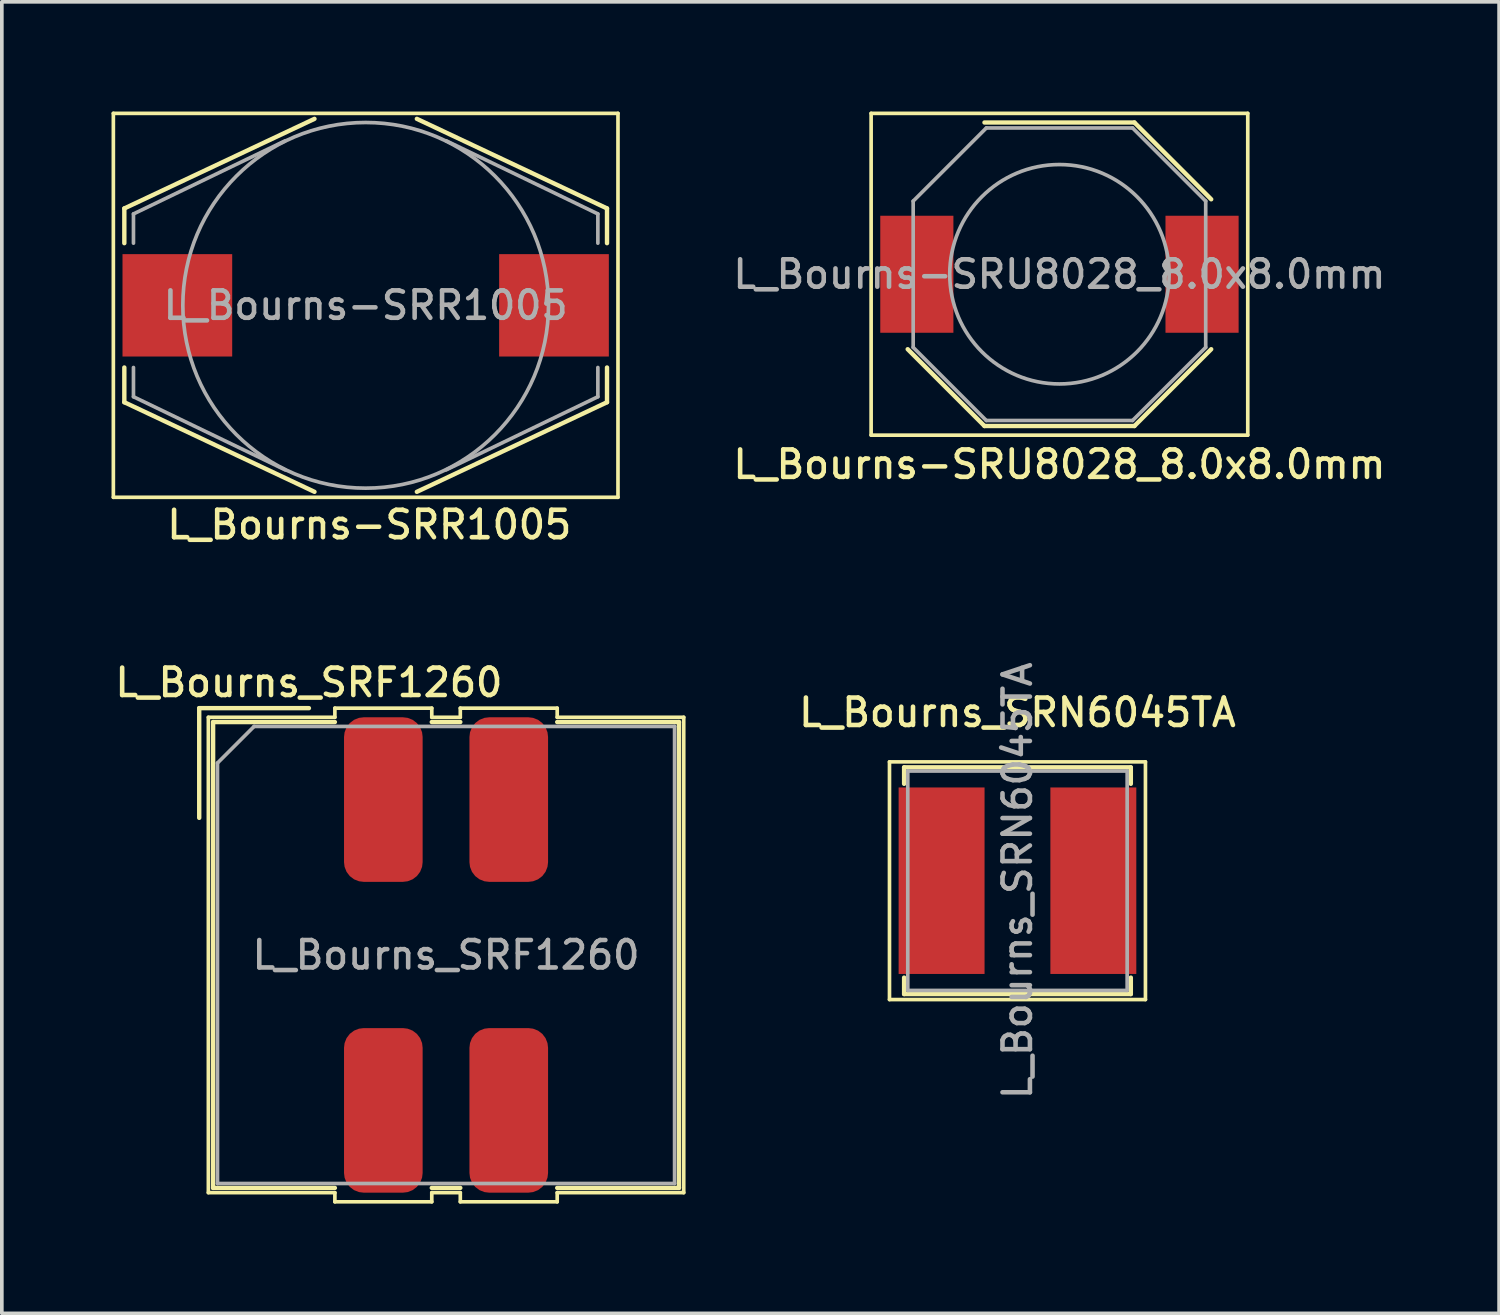
<source format=kicad_pcb>
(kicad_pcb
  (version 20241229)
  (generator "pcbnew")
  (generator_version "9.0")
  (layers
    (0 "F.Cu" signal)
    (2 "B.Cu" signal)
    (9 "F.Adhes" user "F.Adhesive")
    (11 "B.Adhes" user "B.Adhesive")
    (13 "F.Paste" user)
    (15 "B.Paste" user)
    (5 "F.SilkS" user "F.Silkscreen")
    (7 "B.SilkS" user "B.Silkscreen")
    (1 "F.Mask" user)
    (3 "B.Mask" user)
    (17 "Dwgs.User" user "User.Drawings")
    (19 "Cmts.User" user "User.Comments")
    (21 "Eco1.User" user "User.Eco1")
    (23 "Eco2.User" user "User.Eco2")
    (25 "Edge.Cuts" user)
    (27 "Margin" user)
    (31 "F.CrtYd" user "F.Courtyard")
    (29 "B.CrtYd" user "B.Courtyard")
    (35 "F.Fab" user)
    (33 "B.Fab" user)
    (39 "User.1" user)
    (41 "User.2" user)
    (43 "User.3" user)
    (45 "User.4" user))
  (footprint "L_Bourns_SRN6045TA"
    (layer "F.Cu")
    (at 24.775 21.035)
    (property "Reference" "L_Bourns_SRN6045TA" (at 0 -4.6 0) (layer "F.SilkS") (effects (font (size 0.75 0.75) (thickness 0.125))))
    (attr smd)
    (fp_line (start -3.5 -3.25) (end -3.5 3.25) (stroke (width 0.1) (type solid)) (layer "F.SilkS"))
    (fp_line (start -3.5 3.25) (end 3.5 3.25) (stroke (width 0.1) (type solid)) (layer "F.SilkS"))
    (fp_line (start -3.1 -3.1) (end -3.1 -2.65) (stroke (width 0.12) (type solid)) (layer "F.SilkS"))
    (fp_line (start -3.1 -3.1) (end 3.1 -3.1) (stroke (width 0.12) (type solid)) (layer "F.SilkS"))
    (fp_line (start -3.1 3.1) (end -3.1 2.65) (stroke (width 0.12) (type solid)) (layer "F.SilkS"))
    (fp_line (start 3.1 -3.1) (end 3.1 -2.65) (stroke (width 0.12) (type solid)) (layer "F.SilkS"))
    (fp_line (start 3.1 3.1) (end -3.1 3.1) (stroke (width 0.12) (type solid)) (layer "F.SilkS"))
    (fp_line (start 3.1 3.1) (end 3.1 2.65) (stroke (width 0.12) (type solid)) (layer "F.SilkS"))
    (fp_line (start 3.5 -3.25) (end -3.5 -3.25) (stroke (width 0.1) (type solid)) (layer "F.SilkS"))
    (fp_line (start 3.5 3.25) (end 3.5 -3.25) (stroke (width 0.1) (type solid)) (layer "F.SilkS"))
    (fp_line (start -3 -3) (end -3 3) (stroke (width 0.1) (type solid)) (layer "F.Fab"))
    (fp_line (start -3 -3) (end 3 -3) (stroke (width 0.1) (type solid)) (layer "F.Fab"))
    (fp_line (start -3 3) (end 3 3) (stroke (width 0.1) (type solid)) (layer "F.Fab"))
    (fp_line (start 3 3) (end 3 -3) (stroke (width 0.1) (type solid)) (layer "F.Fab"))
    (fp_text user "${REFERENCE}" (at 0 0 90) (layer "F.Fab") (effects (font (size 0.75 0.75) (thickness 0.125))))
    (pad "1" smd rect (at -2.075 0) (size 2.35 5.1) (layers "F.Cu" "F.Mask" "F.Paste"))
    (pad "2" smd rect (at 2.075 0) (size 2.35 5.1) (layers "F.Cu" "F.Mask" "F.Paste")))
  (footprint "L_Bourns-SRU8028_8.0x8.0mm"
    (layer "F.Cu")
    (at 25.923 4.45)
    (property "Reference" "L_Bourns-SRU8028_8.0x8.0mm" (at 0 5.2 0) (layer "F.SilkS") (effects (font (size 0.75 0.75) (thickness 0.125))))
    (attr smd)
    (fp_line (start -5.15 -4.4) (end 5.15 -4.4) (stroke (width 0.1) (type solid)) (layer "F.SilkS"))
    (fp_line (start -5.15 4.4) (end -5.15 -4.4) (stroke (width 0.1) (type solid)) (layer "F.SilkS"))
    (fp_line (start -2.05 -4.15) (end 2.05 -4.15) (stroke (width 0.12) (type solid)) (layer "F.SilkS"))
    (fp_line (start -2.05 4.15) (end -4.15 2.05) (stroke (width 0.12) (type solid)) (layer "F.SilkS"))
    (fp_line (start 2.05 -4.15) (end 4.15 -2.05) (stroke (width 0.12) (type solid)) (layer "F.SilkS"))
    (fp_line (start 2.05 4.15) (end -2.05 4.15) (stroke (width 0.12) (type solid)) (layer "F.SilkS"))
    (fp_line (start 2.05 4.15) (end 4.15 2.05) (stroke (width 0.12) (type solid)) (layer "F.SilkS"))
    (fp_line (start 5.15 -4.4) (end 5.15 4.4) (stroke (width 0.1) (type solid)) (layer "F.SilkS"))
    (fp_line (start 5.15 4.4) (end -5.15 4.4) (stroke (width 0.1) (type solid)) (layer "F.SilkS"))
    (fp_line (start -4 -2) (end -2 -4) (stroke (width 0.1) (type solid)) (layer "F.Fab"))
    (fp_line (start -4 2) (end -4 -2) (stroke (width 0.1) (type solid)) (layer "F.Fab"))
    (fp_line (start -2 -4) (end 2 -4) (stroke (width 0.1) (type solid)) (layer "F.Fab"))
    (fp_line (start -2 4) (end -4 2) (stroke (width 0.1) (type solid)) (layer "F.Fab"))
    (fp_line (start 2 -4) (end 4 -2) (stroke (width 0.1) (type solid)) (layer "F.Fab"))
    (fp_line (start 2 4) (end -2 4) (stroke (width 0.1) (type solid)) (layer "F.Fab"))
    (fp_line (start 4 -2) (end 4 2) (stroke (width 0.1) (type solid)) (layer "F.Fab"))
    (fp_line (start 4 2) (end 2 4) (stroke (width 0.1) (type solid)) (layer "F.Fab"))
    (fp_circle (center 0 0) (end 0 -3) (stroke (width 0.1) (type solid)) (fill no) (layer "F.Fab"))
    (fp_text user "${REFERENCE}" (at 0 0 0) (layer "F.Fab") (effects (font (size 0.75 0.75) (thickness 0.125))))
    (pad "1" smd rect (at -3.9 0) (size 2 3.2) (layers "F.Cu" "F.Mask" "F.Paste"))
    (pad "2" smd rect (at 3.9 0) (size 2 3.2) (layers "F.Cu" "F.Mask" "F.Paste")))
  (footprint "L_Bourns-SRR1005"
    (layer "F.Cu")
    (at 6.95 5.3)
    (property "Reference" "L_Bourns-SRR1005" (at 0.1 6 0) (layer "F.SilkS") (effects (font (size 0.75 0.75) (thickness 0.125))))
    (attr smd)
    (fp_line (start -6.9 -5.25) (end -6.9 5.25) (stroke (width 0.1) (type solid)) (layer "F.SilkS"))
    (fp_line (start -6.9 -5.25) (end 6.9 -5.25) (stroke (width 0.1) (type solid)) (layer "F.SilkS"))
    (fp_line (start -6.9 5.25) (end 6.9 5.25) (stroke (width 0.1) (type solid)) (layer "F.SilkS"))
    (fp_line (start -6.6 -2.65) (end -6.6 -1.7) (stroke (width 0.12) (type solid)) (layer "F.SilkS"))
    (fp_line (start -6.6 -2.65) (end -1.4 -5.1) (stroke (width 0.12) (type solid)) (layer "F.SilkS"))
    (fp_line (start -6.6 2.65) (end -6.6 1.7) (stroke (width 0.12) (type solid)) (layer "F.SilkS"))
    (fp_line (start -6.6 2.65) (end -1.4 5.1) (stroke (width 0.12) (type solid)) (layer "F.SilkS"))
    (fp_line (start 6.6 -2.65) (end 1.4 -5.1) (stroke (width 0.12) (type solid)) (layer "F.SilkS"))
    (fp_line (start 6.6 -2.65) (end 6.6 -1.7) (stroke (width 0.12) (type solid)) (layer "F.SilkS"))
    (fp_line (start 6.6 2.65) (end 1.4 5.1) (stroke (width 0.12) (type solid)) (layer "F.SilkS"))
    (fp_line (start 6.6 2.65) (end 6.6 1.7) (stroke (width 0.12) (type solid)) (layer "F.SilkS"))
    (fp_line (start 6.9 -5.25) (end 6.9 5.25) (stroke (width 0.1) (type solid)) (layer "F.SilkS"))
    (fp_line (start -6.35 -2.5) (end -2.2 -4.5) (stroke (width 0.1) (type solid)) (layer "F.Fab"))
    (fp_line (start -6.35 -1.7) (end -6.35 -2.5) (stroke (width 0.1) (type solid)) (layer "F.Fab"))
    (fp_line (start -6.35 2.5) (end -6.35 1.7) (stroke (width 0.1) (type solid)) (layer "F.Fab"))
    (fp_line (start -6.35 2.5) (end -2.2 4.5) (stroke (width 0.1) (type solid)) (layer "F.Fab"))
    (fp_line (start 6.35 -2.5) (end 2.2 -4.5) (stroke (width 0.1) (type solid)) (layer "F.Fab"))
    (fp_line (start 6.35 -1.7) (end 6.35 -2.5) (stroke (width 0.1) (type solid)) (layer "F.Fab"))
    (fp_line (start 6.35 2.5) (end 2.2 4.5) (stroke (width 0.1) (type solid)) (layer "F.Fab"))
    (fp_line (start 6.35 2.5) (end 6.35 1.7) (stroke (width 0.1) (type solid)) (layer "F.Fab"))
    (fp_circle (center 0 0) (end 0 -5) (stroke (width 0.1) (type solid)) (fill no) (layer "F.Fab"))
    (fp_text user "${REFERENCE}" (at 0 0 0) (layer "F.Fab") (effects (font (size 0.75 0.75) (thickness 0.125))))
    (pad "1" smd rect (at -5.15 0) (size 3 2.8) (layers "F.Cu" "F.Mask" "F.Paste"))
    (pad "2" smd rect (at 5.15 0) (size 3 2.8) (layers "F.Cu" "F.Mask" "F.Paste")))
  (footprint "L_Bourns_SRF1260"
    (layer "F.Cu")
    (at 9.148 23.066)
    (property "Reference" "L_Bourns_SRF1260" (at -3.75 -7.45 0) (layer "F.SilkS") (effects (font (size 0.75 0.75) (thickness 0.125))))
    (attr smd)
    (fp_line (start -6.75 -6.75) (end -3.75 -6.75) (stroke (width 0.12) (type solid)) (layer "F.SilkS"))
    (fp_line (start -6.75 -3.75) (end -6.75 -6.75) (stroke (width 0.12) (type solid)) (layer "F.SilkS"))
    (fp_line (start -6.5 -6.5) (end -6.5 6.5) (stroke (width 0.1) (type solid)) (layer "F.SilkS"))
    (fp_line (start -6.5 -6.5) (end -3.04 -6.5) (stroke (width 0.1) (type solid)) (layer "F.SilkS"))
    (fp_line (start -6.5 6.5) (end -3.04 6.5) (stroke (width 0.1) (type solid)) (layer "F.SilkS"))
    (fp_line (start -6.37 -6.37) (end -6.37 6.37) (stroke (width 0.12) (type solid)) (layer "F.SilkS"))
    (fp_line (start -6.37 -6.37) (end -3.04 -6.37) (stroke (width 0.12) (type solid)) (layer "F.SilkS"))
    (fp_line (start -6.37 6.37) (end -3.04 6.37) (stroke (width 0.12) (type solid)) (layer "F.SilkS"))
    (fp_line (start -3.04 -6.75) (end -0.39 -6.75) (stroke (width 0.1) (type solid)) (layer "F.SilkS"))
    (fp_line (start -3.04 -6.5) (end -3.04 -6.75) (stroke (width 0.1) (type solid)) (layer "F.SilkS"))
    (fp_line (start -3.04 6.5) (end -3.04 6.75) (stroke (width 0.1) (type solid)) (layer "F.SilkS"))
    (fp_line (start -3.04 6.75) (end -0.39 6.75) (stroke (width 0.1) (type solid)) (layer "F.SilkS"))
    (fp_line (start -0.39 -6.75) (end -0.39 -6.5) (stroke (width 0.1) (type solid)) (layer "F.SilkS"))
    (fp_line (start -0.39 -6.5) (end 0.39 -6.5) (stroke (width 0.1) (type solid)) (layer "F.SilkS"))
    (fp_line (start -0.39 -6.37) (end 0.39 -6.37) (stroke (width 0.12) (type solid)) (layer "F.SilkS"))
    (fp_line (start -0.39 6.37) (end 0.39 6.37) (stroke (width 0.12) (type solid)) (layer "F.SilkS"))
    (fp_line (start -0.39 6.5) (end 0.39 6.5) (stroke (width 0.1) (type solid)) (layer "F.SilkS"))
    (fp_line (start -0.39 6.75) (end -0.39 6.5) (stroke (width 0.1) (type solid)) (layer "F.SilkS"))
    (fp_line (start 0.39 -6.75) (end 3.04 -6.75) (stroke (width 0.1) (type solid)) (layer "F.SilkS"))
    (fp_line (start 0.39 -6.5) (end 0.39 -6.75) (stroke (width 0.1) (type solid)) (layer "F.SilkS"))
    (fp_line (start 0.39 6.5) (end 0.39 6.75) (stroke (width 0.1) (type solid)) (layer "F.SilkS"))
    (fp_line (start 0.39 6.75) (end 3.04 6.75) (stroke (width 0.1) (type solid)) (layer "F.SilkS"))
    (fp_line (start 3.04 -6.75) (end 3.04 -6.5) (stroke (width 0.1) (type solid)) (layer "F.SilkS"))
    (fp_line (start 3.04 -6.5) (end 6.5 -6.5) (stroke (width 0.1) (type solid)) (layer "F.SilkS"))
    (fp_line (start 3.04 -6.37) (end 6.37 -6.37) (stroke (width 0.12) (type solid)) (layer "F.SilkS"))
    (fp_line (start 3.04 6.37) (end 6.37 6.37) (stroke (width 0.12) (type solid)) (layer "F.SilkS"))
    (fp_line (start 3.04 6.5) (end 6.5 6.5) (stroke (width 0.1) (type solid)) (layer "F.SilkS"))
    (fp_line (start 3.04 6.75) (end 3.04 6.5) (stroke (width 0.1) (type solid)) (layer "F.SilkS"))
    (fp_line (start 6.37 -6.37) (end 6.37 6.37) (stroke (width 0.12) (type solid)) (layer "F.SilkS"))
    (fp_line (start 6.5 -6.5) (end 6.5 6.5) (stroke (width 0.1) (type solid)) (layer "F.SilkS"))
    (fp_line (start -6.25 -5.25) (end -5.25 -6.25) (stroke (width 0.1) (type solid)) (layer "F.Fab"))
    (fp_line (start -6.25 6.25) (end -6.25 -5.25) (stroke (width 0.1) (type solid)) (layer "F.Fab"))
    (fp_line (start -5.25 -6.25) (end 6.25 -6.25) (stroke (width 0.1) (type solid)) (layer "F.Fab"))
    (fp_line (start 6.25 -6.25) (end 6.25 6.25) (stroke (width 0.1) (type solid)) (layer "F.Fab"))
    (fp_line (start 6.25 6.25) (end -6.25 6.25) (stroke (width 0.1) (type solid)) (layer "F.Fab"))
    (fp_text user "${REFERENCE}" (at 0 0 0) (layer "F.Fab") (effects (font (size 0.75 0.75) (thickness 0.125))))
    (pad "1" smd roundrect (at -1.715 -4.25) (size 2.15 4.5) (layers "F.Cu" "F.Mask" "F.Paste") (roundrect_rratio 0.25))
    (pad "2" smd roundrect (at 1.715 -4.25) (size 2.15 4.5) (layers "F.Cu" "F.Mask" "F.Paste") (roundrect_rratio 0.25))
    (pad "3" smd roundrect (at 1.715 4.25) (size 2.15 4.5) (layers "F.Cu" "F.Mask" "F.Paste") (roundrect_rratio 0.25))
    (pad "4" smd roundrect (at -1.715 4.25) (size 2.15 4.5) (layers "F.Cu" "F.Mask" "F.Paste") (roundrect_rratio 0.25)))
  (gr_rect
    (start -3 -3)
    (end 37.946 32.866)
    (stroke (width 0.1) (type default))
    (fill no)
    (layer "Edge.Cuts")))
</source>
